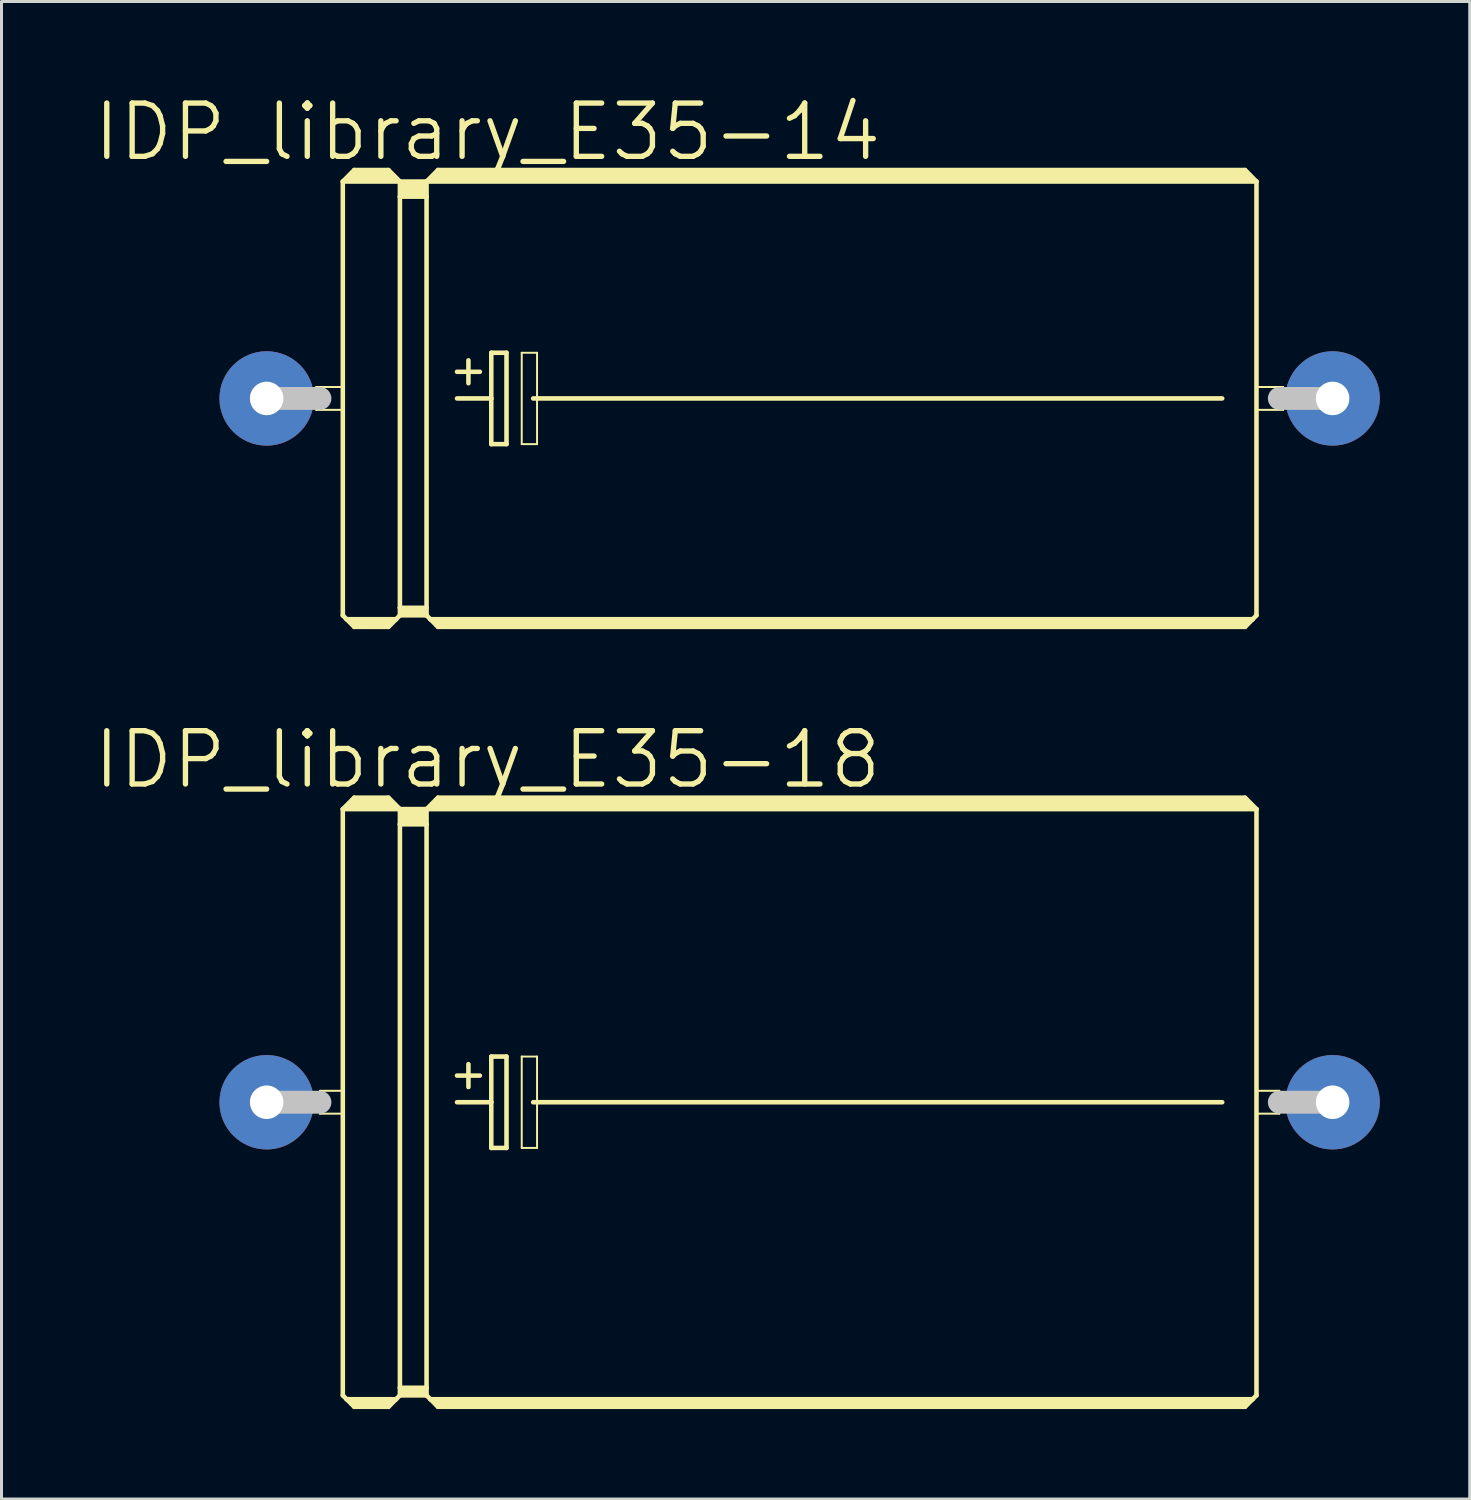
<source format=kicad_pcb>
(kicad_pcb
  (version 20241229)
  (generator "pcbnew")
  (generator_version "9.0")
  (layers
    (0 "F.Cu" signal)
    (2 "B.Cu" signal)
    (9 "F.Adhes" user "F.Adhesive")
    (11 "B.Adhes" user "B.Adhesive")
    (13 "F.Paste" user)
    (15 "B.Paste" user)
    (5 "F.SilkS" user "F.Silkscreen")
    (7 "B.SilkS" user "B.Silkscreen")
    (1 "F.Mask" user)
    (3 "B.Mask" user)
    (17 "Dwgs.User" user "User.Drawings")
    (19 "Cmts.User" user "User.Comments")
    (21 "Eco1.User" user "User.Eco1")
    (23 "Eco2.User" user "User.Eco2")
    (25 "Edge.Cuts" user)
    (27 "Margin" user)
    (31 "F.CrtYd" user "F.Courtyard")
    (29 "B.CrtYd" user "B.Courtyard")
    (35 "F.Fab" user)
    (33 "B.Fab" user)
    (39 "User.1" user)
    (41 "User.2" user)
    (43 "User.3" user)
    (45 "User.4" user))
  (footprint "IDP_library_E35-14"
    (layer "F.Cu")
    (at 23.626 10.242)
    (property "Reference" "IDP_library_E35-14" (at -10.414 -8.89 0) (layer "F.SilkS") (effects (font (size 1.778 1.778) (thickness 0.178))))
    (attr exclude_from_pos_files exclude_from_bom)
    (fp_line (start -16.129 -0.381) (end -15.24 -0.381) (stroke (width 0.066) (type solid)) (layer "F.SilkS"))
    (fp_line (start -16.129 0.381) (end -16.129 -0.381) (stroke (width 0.066) (type solid)) (layer "F.SilkS"))
    (fp_line (start -16.129 0.381) (end -15.24 0.381) (stroke (width 0.066) (type solid)) (layer "F.SilkS"))
    (fp_line (start -15.24 -7.236) (end -15.24 7.236) (stroke (width 0.152) (type solid)) (layer "F.SilkS"))
    (fp_line (start -15.24 -7.236) (end -14.859 -7.62) (stroke (width 0.152) (type solid)) (layer "F.SilkS"))
    (fp_line (start -15.24 -7.236) (end -13.335 -7.236) (stroke (width 0.152) (type solid)) (layer "F.SilkS"))
    (fp_line (start -15.24 0.381) (end -15.24 -0.381) (stroke (width 0.066) (type solid)) (layer "F.SilkS"))
    (fp_line (start -15.24 7.236) (end -15.113 7.366) (stroke (width 0.152) (type solid)) (layer "F.SilkS"))
    (fp_line (start -15.113 7.366) (end -14.859 7.62) (stroke (width 0.152) (type solid)) (layer "F.SilkS"))
    (fp_line (start -15.113 7.366) (end -13.462 7.366) (stroke (width 0.152) (type solid)) (layer "F.SilkS"))
    (fp_line (start -14.986 -7.366) (end -13.589 -7.366) (stroke (width 0.305) (type solid)) (layer "F.SilkS"))
    (fp_line (start -14.859 -7.62) (end -13.716 -7.62) (stroke (width 0.152) (type solid)) (layer "F.SilkS"))
    (fp_line (start -14.859 -7.493) (end -13.716 -7.493) (stroke (width 0.305) (type solid)) (layer "F.SilkS"))
    (fp_line (start -14.859 7.493) (end -13.716 7.493) (stroke (width 0.305) (type solid)) (layer "F.SilkS"))
    (fp_line (start -14.859 7.62) (end -13.716 7.62) (stroke (width 0.152) (type solid)) (layer "F.SilkS"))
    (fp_line (start -13.462 7.366) (end -13.716 7.62) (stroke (width 0.152) (type solid)) (layer "F.SilkS"))
    (fp_line (start -13.335 -7.236) (end -13.716 -7.62) (stroke (width 0.152) (type solid)) (layer "F.SilkS"))
    (fp_line (start -13.335 -7.236) (end -13.335 -6.731) (stroke (width 0.152) (type solid)) (layer "F.SilkS"))
    (fp_line (start -13.335 -7.236) (end -12.446 -7.236) (stroke (width 0.152) (type solid)) (layer "F.SilkS"))
    (fp_line (start -13.335 -6.731) (end -13.335 6.985) (stroke (width 0.152) (type solid)) (layer "F.SilkS"))
    (fp_line (start -13.335 -6.731) (end -12.446 -6.731) (stroke (width 0.152) (type solid)) (layer "F.SilkS"))
    (fp_line (start -13.335 6.985) (end -13.335 7.236) (stroke (width 0.152) (type solid)) (layer "F.SilkS"))
    (fp_line (start -13.335 6.985) (end -12.446 6.985) (stroke (width 0.152) (type solid)) (layer "F.SilkS"))
    (fp_line (start -13.335 7.236) (end -13.462 7.366) (stroke (width 0.152) (type solid)) (layer "F.SilkS"))
    (fp_line (start -13.335 7.236) (end -12.446 7.236) (stroke (width 0.152) (type solid)) (layer "F.SilkS"))
    (fp_line (start -13.208 -7.112) (end -12.573 -7.112) (stroke (width 0.305) (type solid)) (layer "F.SilkS"))
    (fp_line (start -13.208 -6.858) (end -12.573 -6.858) (stroke (width 0.305) (type solid)) (layer "F.SilkS"))
    (fp_line (start -13.208 7.112) (end -12.573 7.112) (stroke (width 0.305) (type solid)) (layer "F.SilkS"))
    (fp_line (start -12.446 -7.236) (end -12.446 -6.731) (stroke (width 0.152) (type solid)) (layer "F.SilkS"))
    (fp_line (start -12.446 -7.236) (end -12.065 -7.62) (stroke (width 0.152) (type solid)) (layer "F.SilkS"))
    (fp_line (start -12.446 -7.236) (end 15.24 -7.236) (stroke (width 0.152) (type solid)) (layer "F.SilkS"))
    (fp_line (start -12.446 -6.731) (end -12.446 6.985) (stroke (width 0.152) (type solid)) (layer "F.SilkS"))
    (fp_line (start -12.446 6.985) (end -12.446 7.236) (stroke (width 0.152) (type solid)) (layer "F.SilkS"))
    (fp_line (start -12.319 7.366) (end -12.446 7.236) (stroke (width 0.152) (type solid)) (layer "F.SilkS"))
    (fp_line (start -12.319 7.366) (end 15.113 7.366) (stroke (width 0.152) (type solid)) (layer "F.SilkS"))
    (fp_line (start -12.192 -7.366) (end 14.986 -7.366) (stroke (width 0.305) (type solid)) (layer "F.SilkS"))
    (fp_line (start -12.065 -7.493) (end 14.859 -7.493) (stroke (width 0.305) (type solid)) (layer "F.SilkS"))
    (fp_line (start -12.065 7.493) (end 14.859 7.493) (stroke (width 0.305) (type solid)) (layer "F.SilkS"))
    (fp_line (start -12.065 7.62) (end -12.319 7.366) (stroke (width 0.152) (type solid)) (layer "F.SilkS"))
    (fp_line (start -11.43 -0.889) (end -10.668 -0.889) (stroke (width 0.152) (type solid)) (layer "F.SilkS"))
    (fp_line (start -11.43 0) (end -10.287 0) (stroke (width 0.152) (type solid)) (layer "F.SilkS"))
    (fp_line (start -11.049 -1.27) (end -11.049 -0.508) (stroke (width 0.152) (type solid)) (layer "F.SilkS"))
    (fp_line (start -10.287 -1.524) (end -10.287 0) (stroke (width 0.152) (type solid)) (layer "F.SilkS"))
    (fp_line (start -10.287 0) (end -10.287 1.524) (stroke (width 0.152) (type solid)) (layer "F.SilkS"))
    (fp_line (start -10.287 1.524) (end -9.779 1.524) (stroke (width 0.152) (type solid)) (layer "F.SilkS"))
    (fp_line (start -9.779 -1.524) (end -10.287 -1.524) (stroke (width 0.152) (type solid)) (layer "F.SilkS"))
    (fp_line (start -9.779 1.524) (end -9.779 -1.524) (stroke (width 0.152) (type solid)) (layer "F.SilkS"))
    (fp_line (start -9.271 -1.524) (end -8.76 -1.524) (stroke (width 0.066) (type solid)) (layer "F.SilkS"))
    (fp_line (start -9.271 1.524) (end -9.271 -1.524) (stroke (width 0.066) (type solid)) (layer "F.SilkS"))
    (fp_line (start -9.271 1.524) (end -8.76 1.524) (stroke (width 0.066) (type solid)) (layer "F.SilkS"))
    (fp_line (start -8.89 0) (end 14.097 0) (stroke (width 0.152) (type solid)) (layer "F.SilkS"))
    (fp_line (start -8.76 1.524) (end -8.76 -1.524) (stroke (width 0.066) (type solid)) (layer "F.SilkS"))
    (fp_line (start 14.859 -7.62) (end -12.065 -7.62) (stroke (width 0.152) (type solid)) (layer "F.SilkS"))
    (fp_line (start 14.859 7.62) (end -12.065 7.62) (stroke (width 0.152) (type solid)) (layer "F.SilkS"))
    (fp_line (start 15.113 7.366) (end 14.859 7.62) (stroke (width 0.152) (type solid)) (layer "F.SilkS"))
    (fp_line (start 15.24 -7.236) (end 14.859 -7.62) (stroke (width 0.152) (type solid)) (layer "F.SilkS"))
    (fp_line (start 15.24 -7.236) (end 15.24 7.236) (stroke (width 0.152) (type solid)) (layer "F.SilkS"))
    (fp_line (start 15.24 -0.381) (end 16.129 -0.381) (stroke (width 0.066) (type solid)) (layer "F.SilkS"))
    (fp_line (start 15.24 0.381) (end 15.24 -0.381) (stroke (width 0.066) (type solid)) (layer "F.SilkS"))
    (fp_line (start 15.24 0.381) (end 16.129 0.381) (stroke (width 0.066) (type solid)) (layer "F.SilkS"))
    (fp_line (start 15.24 7.236) (end 15.113 7.366) (stroke (width 0.152) (type solid)) (layer "F.SilkS"))
    (fp_line (start 16.129 0.381) (end 16.129 -0.381) (stroke (width 0.066) (type solid)) (layer "F.SilkS"))
    (fp_line (start -17.78 0) (end -16.002 0) (stroke (width 0.762) (type solid)) (layer "Dwgs.User"))
    (fp_line (start 17.78 0) (end 16.002 0) (stroke (width 0.762) (type solid)) (layer "Dwgs.User"))
    (pad "+" thru_hole circle (at -17.78 0) (size 3.15 3.15) (drill 1.118) (layers "*.Cu" "*.Paste" "*.Mask"))
    (pad "-" thru_hole circle (at 17.78 0) (size 3.15 3.15) (drill 1.118) (layers "*.Cu" "*.Paste" "*.Mask")))
  (footprint "IDP_library_E35-18"
    (layer "F.Cu")
    (at 23.626 33.721)
    (property "Reference" "IDP_library_E35-18" (at -10.414 -11.43 0) (layer "F.SilkS") (effects (font (size 1.778 1.778) (thickness 0.178))))
    (attr exclude_from_pos_files exclude_from_bom)
    (fp_line (start -16.002 -0.381) (end -15.24 -0.381) (stroke (width 0.066) (type solid)) (layer "F.SilkS"))
    (fp_line (start -16.002 0.381) (end -16.002 -0.381) (stroke (width 0.066) (type solid)) (layer "F.SilkS"))
    (fp_line (start -16.002 0.381) (end -15.24 0.381) (stroke (width 0.066) (type solid)) (layer "F.SilkS"))
    (fp_line (start -15.24 -9.779) (end -15.24 9.779) (stroke (width 0.152) (type solid)) (layer "F.SilkS"))
    (fp_line (start -15.24 -9.779) (end -14.859 -10.16) (stroke (width 0.152) (type solid)) (layer "F.SilkS"))
    (fp_line (start -15.24 -9.779) (end -13.335 -9.779) (stroke (width 0.152) (type solid)) (layer "F.SilkS"))
    (fp_line (start -15.24 0.381) (end -15.24 -0.381) (stroke (width 0.066) (type solid)) (layer "F.SilkS"))
    (fp_line (start -15.24 9.779) (end -15.113 9.906) (stroke (width 0.152) (type solid)) (layer "F.SilkS"))
    (fp_line (start -15.113 9.906) (end -14.859 10.16) (stroke (width 0.152) (type solid)) (layer "F.SilkS"))
    (fp_line (start -15.113 9.906) (end -13.462 9.906) (stroke (width 0.152) (type solid)) (layer "F.SilkS"))
    (fp_line (start -14.986 -9.906) (end -13.589 -9.906) (stroke (width 0.305) (type solid)) (layer "F.SilkS"))
    (fp_line (start -14.859 -10.16) (end -13.716 -10.16) (stroke (width 0.152) (type solid)) (layer "F.SilkS"))
    (fp_line (start -14.859 -10.033) (end -13.716 -10.033) (stroke (width 0.305) (type solid)) (layer "F.SilkS"))
    (fp_line (start -14.859 10.033) (end -13.716 10.033) (stroke (width 0.305) (type solid)) (layer "F.SilkS"))
    (fp_line (start -14.859 10.16) (end -13.716 10.16) (stroke (width 0.152) (type solid)) (layer "F.SilkS"))
    (fp_line (start -13.462 9.906) (end -13.716 10.16) (stroke (width 0.152) (type solid)) (layer "F.SilkS"))
    (fp_line (start -13.335 -9.779) (end -13.716 -10.16) (stroke (width 0.152) (type solid)) (layer "F.SilkS"))
    (fp_line (start -13.335 -9.779) (end -13.335 -9.271) (stroke (width 0.152) (type solid)) (layer "F.SilkS"))
    (fp_line (start -13.335 -9.779) (end -12.446 -9.779) (stroke (width 0.152) (type solid)) (layer "F.SilkS"))
    (fp_line (start -13.335 -9.271) (end -13.335 9.525) (stroke (width 0.152) (type solid)) (layer "F.SilkS"))
    (fp_line (start -13.335 -9.271) (end -12.446 -9.271) (stroke (width 0.152) (type solid)) (layer "F.SilkS"))
    (fp_line (start -13.335 9.525) (end -13.335 9.779) (stroke (width 0.152) (type solid)) (layer "F.SilkS"))
    (fp_line (start -13.335 9.525) (end -12.446 9.525) (stroke (width 0.152) (type solid)) (layer "F.SilkS"))
    (fp_line (start -13.335 9.779) (end -13.462 9.906) (stroke (width 0.152) (type solid)) (layer "F.SilkS"))
    (fp_line (start -13.335 9.779) (end -12.446 9.779) (stroke (width 0.152) (type solid)) (layer "F.SilkS"))
    (fp_line (start -13.208 -9.652) (end -12.573 -9.652) (stroke (width 0.305) (type solid)) (layer "F.SilkS"))
    (fp_line (start -13.208 -9.398) (end -12.573 -9.398) (stroke (width 0.305) (type solid)) (layer "F.SilkS"))
    (fp_line (start -13.208 9.652) (end -12.573 9.652) (stroke (width 0.305) (type solid)) (layer "F.SilkS"))
    (fp_line (start -12.446 -9.779) (end -12.446 -9.271) (stroke (width 0.152) (type solid)) (layer "F.SilkS"))
    (fp_line (start -12.446 -9.779) (end -12.065 -10.16) (stroke (width 0.152) (type solid)) (layer "F.SilkS"))
    (fp_line (start -12.446 -9.779) (end 15.24 -9.779) (stroke (width 0.152) (type solid)) (layer "F.SilkS"))
    (fp_line (start -12.446 -9.271) (end -12.446 9.525) (stroke (width 0.152) (type solid)) (layer "F.SilkS"))
    (fp_line (start -12.446 9.525) (end -12.446 9.779) (stroke (width 0.152) (type solid)) (layer "F.SilkS"))
    (fp_line (start -12.319 9.906) (end -12.446 9.779) (stroke (width 0.152) (type solid)) (layer "F.SilkS"))
    (fp_line (start -12.319 9.906) (end 15.113 9.906) (stroke (width 0.152) (type solid)) (layer "F.SilkS"))
    (fp_line (start -12.192 -9.906) (end 14.986 -9.906) (stroke (width 0.305) (type solid)) (layer "F.SilkS"))
    (fp_line (start -12.065 -10.033) (end 14.859 -10.033) (stroke (width 0.305) (type solid)) (layer "F.SilkS"))
    (fp_line (start -12.065 10.033) (end 14.859 10.033) (stroke (width 0.305) (type solid)) (layer "F.SilkS"))
    (fp_line (start -12.065 10.16) (end -12.319 9.906) (stroke (width 0.152) (type solid)) (layer "F.SilkS"))
    (fp_line (start -11.43 -0.889) (end -10.668 -0.889) (stroke (width 0.152) (type solid)) (layer "F.SilkS"))
    (fp_line (start -11.43 0) (end -10.287 0) (stroke (width 0.152) (type solid)) (layer "F.SilkS"))
    (fp_line (start -11.049 -1.27) (end -11.049 -0.508) (stroke (width 0.152) (type solid)) (layer "F.SilkS"))
    (fp_line (start -10.287 -1.524) (end -10.287 0) (stroke (width 0.152) (type solid)) (layer "F.SilkS"))
    (fp_line (start -10.287 0) (end -10.287 1.524) (stroke (width 0.152) (type solid)) (layer "F.SilkS"))
    (fp_line (start -10.287 1.524) (end -9.779 1.524) (stroke (width 0.152) (type solid)) (layer "F.SilkS"))
    (fp_line (start -9.779 -1.524) (end -10.287 -1.524) (stroke (width 0.152) (type solid)) (layer "F.SilkS"))
    (fp_line (start -9.779 1.524) (end -9.779 -1.524) (stroke (width 0.152) (type solid)) (layer "F.SilkS"))
    (fp_line (start -9.271 -1.524) (end -8.76 -1.524) (stroke (width 0.066) (type solid)) (layer "F.SilkS"))
    (fp_line (start -9.271 1.524) (end -9.271 -1.524) (stroke (width 0.066) (type solid)) (layer "F.SilkS"))
    (fp_line (start -9.271 1.524) (end -8.76 1.524) (stroke (width 0.066) (type solid)) (layer "F.SilkS"))
    (fp_line (start -8.89 0) (end 14.097 0) (stroke (width 0.152) (type solid)) (layer "F.SilkS"))
    (fp_line (start -8.76 1.524) (end -8.76 -1.524) (stroke (width 0.066) (type solid)) (layer "F.SilkS"))
    (fp_line (start 14.859 -10.16) (end -12.065 -10.16) (stroke (width 0.152) (type solid)) (layer "F.SilkS"))
    (fp_line (start 14.859 10.16) (end -12.065 10.16) (stroke (width 0.152) (type solid)) (layer "F.SilkS"))
    (fp_line (start 15.113 9.906) (end 14.859 10.16) (stroke (width 0.152) (type solid)) (layer "F.SilkS"))
    (fp_line (start 15.24 -9.779) (end 14.859 -10.16) (stroke (width 0.152) (type solid)) (layer "F.SilkS"))
    (fp_line (start 15.24 -9.779) (end 15.24 9.779) (stroke (width 0.152) (type solid)) (layer "F.SilkS"))
    (fp_line (start 15.24 -0.381) (end 16.002 -0.381) (stroke (width 0.066) (type solid)) (layer "F.SilkS"))
    (fp_line (start 15.24 0.381) (end 15.24 -0.381) (stroke (width 0.066) (type solid)) (layer "F.SilkS"))
    (fp_line (start 15.24 0.381) (end 16.002 0.381) (stroke (width 0.066) (type solid)) (layer "F.SilkS"))
    (fp_line (start 15.24 9.779) (end 15.113 9.906) (stroke (width 0.152) (type solid)) (layer "F.SilkS"))
    (fp_line (start 16.002 0.381) (end 16.002 -0.381) (stroke (width 0.066) (type solid)) (layer "F.SilkS"))
    (fp_line (start -17.78 0) (end -16.002 0) (stroke (width 0.762) (type solid)) (layer "Dwgs.User"))
    (fp_line (start 17.78 0) (end 16.002 0) (stroke (width 0.762) (type solid)) (layer "Dwgs.User"))
    (pad "+" thru_hole circle (at -17.78 0) (size 3.15 3.15) (drill 1.118) (layers "*.Cu" "*.Paste" "*.Mask"))
    (pad "-" thru_hole circle (at 17.78 0) (size 3.15 3.15) (drill 1.118) (layers "*.Cu" "*.Paste" "*.Mask")))
  (gr_rect
    (start -3 -3)
    (end 45.981 46.957)
    (stroke (width 0.1) (type default))
    (fill no)
    (layer "Edge.Cuts")))
</source>
